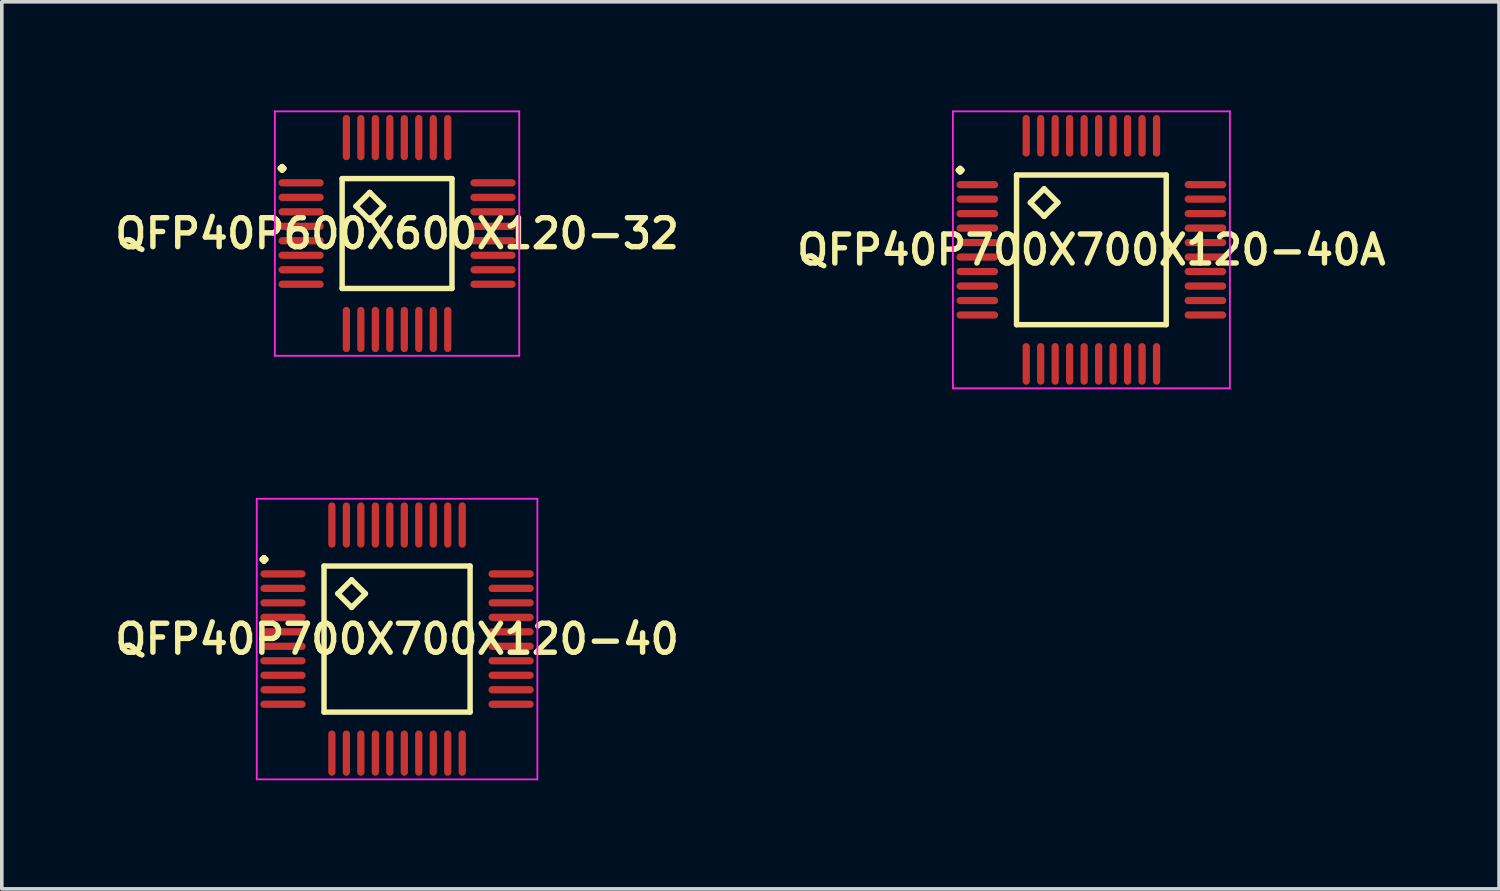
<source format=kicad_pcb>
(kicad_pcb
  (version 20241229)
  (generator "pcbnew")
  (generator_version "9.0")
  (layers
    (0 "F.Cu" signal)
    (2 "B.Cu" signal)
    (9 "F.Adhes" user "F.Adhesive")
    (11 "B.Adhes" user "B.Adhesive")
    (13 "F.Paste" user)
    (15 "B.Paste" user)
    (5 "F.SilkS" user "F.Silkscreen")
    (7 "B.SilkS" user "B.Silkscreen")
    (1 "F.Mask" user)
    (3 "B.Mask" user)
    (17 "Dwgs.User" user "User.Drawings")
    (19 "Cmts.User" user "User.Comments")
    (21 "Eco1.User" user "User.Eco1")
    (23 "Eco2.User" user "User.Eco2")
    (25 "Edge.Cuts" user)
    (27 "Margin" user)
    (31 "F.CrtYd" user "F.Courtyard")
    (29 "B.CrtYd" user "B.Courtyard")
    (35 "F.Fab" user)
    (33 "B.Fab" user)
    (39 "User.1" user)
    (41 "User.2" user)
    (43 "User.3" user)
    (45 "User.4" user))
  (footprint "QFP40P700X700X120-40A"
    (layer "F.Cu")
    (at 27.092 3.85)
    (property "Reference" "QFP40P700X700X120-40A" (at 0 0 0) (layer "F.SilkS") (effects (font (size 0.8 0.8) (thickness 0.15))))
    (attr smd)
    (fp_line (start -3.675 -2.2) (end -3.625 -2.25) (stroke (width 0.15) (type solid)) (layer "F.SilkS"))
    (fp_line (start -3.625 -2.25) (end -3.575 -2.2) (stroke (width 0.15) (type solid)) (layer "F.SilkS"))
    (fp_line (start -3.625 -2.15) (end -3.675 -2.2) (stroke (width 0.15) (type solid)) (layer "F.SilkS"))
    (fp_line (start -3.575 -2.2) (end -3.625 -2.15) (stroke (width 0.15) (type solid)) (layer "F.SilkS"))
    (fp_line (start -2.067 -2.067) (end -2.067 2.067) (stroke (width 0.15) (type solid)) (layer "F.SilkS"))
    (fp_line (start -2.067 2.067) (end 2.067 2.067) (stroke (width 0.15) (type solid)) (layer "F.SilkS"))
    (fp_line (start -1.686 -1.305) (end -1.305 -1.686) (stroke (width 0.15) (type solid)) (layer "F.SilkS"))
    (fp_line (start -1.305 -1.686) (end -0.924 -1.305) (stroke (width 0.15) (type solid)) (layer "F.SilkS"))
    (fp_line (start -1.305 -0.924) (end -1.686 -1.305) (stroke (width 0.15) (type solid)) (layer "F.SilkS"))
    (fp_line (start -0.924 -1.305) (end -1.305 -0.924) (stroke (width 0.15) (type solid)) (layer "F.SilkS"))
    (fp_line (start 2.067 -2.067) (end -2.067 -2.067) (stroke (width 0.15) (type solid)) (layer "F.SilkS"))
    (fp_line (start 2.067 2.067) (end 2.067 -2.067) (stroke (width 0.15) (type solid)) (layer "F.SilkS"))
    (fp_line (start -3.825 -3.825) (end 3.825 -3.825) (stroke (width 0.05) (type solid)) (layer "F.CrtYd"))
    (fp_line (start -3.825 3.825) (end -3.825 -3.825) (stroke (width 0.05) (type solid)) (layer "F.CrtYd"))
    (fp_line (start 3.825 -3.825) (end 3.825 3.825) (stroke (width 0.05) (type solid)) (layer "F.CrtYd"))
    (fp_line (start 3.825 3.825) (end -3.825 3.825) (stroke (width 0.05) (type solid)) (layer "F.CrtYd"))
    (pad "1" smd oval (at -3.15 -1.8) (size 1.15 0.2) (layers "F.Cu" "F.Mask" "F.Paste"))
    (pad "2" smd oval (at -3.15 -1.4) (size 1.15 0.2) (layers "F.Cu" "F.Mask" "F.Paste"))
    (pad "3" smd oval (at -3.15 -1) (size 1.15 0.2) (layers "F.Cu" "F.Mask" "F.Paste"))
    (pad "4" smd oval (at -3.15 -0.6) (size 1.15 0.2) (layers "F.Cu" "F.Mask" "F.Paste"))
    (pad "5" smd oval (at -3.15 -0.2) (size 1.15 0.2) (layers "F.Cu" "F.Mask" "F.Paste"))
    (pad "6" smd oval (at -3.15 0.2) (size 1.15 0.2) (layers "F.Cu" "F.Mask" "F.Paste"))
    (pad "7" smd oval (at -3.15 0.6) (size 1.15 0.2) (layers "F.Cu" "F.Mask" "F.Paste"))
    (pad "8" smd oval (at -3.15 1) (size 1.15 0.2) (layers "F.Cu" "F.Mask" "F.Paste"))
    (pad "9" smd oval (at -3.15 1.4) (size 1.15 0.2) (layers "F.Cu" "F.Mask" "F.Paste"))
    (pad "10" smd oval (at -3.15 1.8) (size 1.15 0.2) (layers "F.Cu" "F.Mask" "F.Paste"))
    (pad "11" smd oval (at -1.8 3.15) (size 0.2 1.15) (layers "F.Cu" "F.Mask" "F.Paste"))
    (pad "12" smd oval (at -1.4 3.15) (size 0.2 1.15) (layers "F.Cu" "F.Mask" "F.Paste"))
    (pad "13" smd oval (at -1 3.15) (size 0.2 1.15) (layers "F.Cu" "F.Mask" "F.Paste"))
    (pad "14" smd oval (at -0.6 3.15) (size 0.2 1.15) (layers "F.Cu" "F.Mask" "F.Paste"))
    (pad "15" smd oval (at -0.2 3.15) (size 0.2 1.15) (layers "F.Cu" "F.Mask" "F.Paste"))
    (pad "16" smd oval (at 0.2 3.15) (size 0.2 1.15) (layers "F.Cu" "F.Mask" "F.Paste"))
    (pad "17" smd oval (at 0.6 3.15) (size 0.2 1.15) (layers "F.Cu" "F.Mask" "F.Paste"))
    (pad "18" smd oval (at 1 3.15) (size 0.2 1.15) (layers "F.Cu" "F.Mask" "F.Paste"))
    (pad "19" smd oval (at 1.4 3.15) (size 0.2 1.15) (layers "F.Cu" "F.Mask" "F.Paste"))
    (pad "20" smd oval (at 1.8 3.15) (size 0.2 1.15) (layers "F.Cu" "F.Mask" "F.Paste"))
    (pad "21" smd oval (at 3.15 1.8) (size 1.15 0.2) (layers "F.Cu" "F.Mask" "F.Paste"))
    (pad "22" smd oval (at 3.15 1.4) (size 1.15 0.2) (layers "F.Cu" "F.Mask" "F.Paste"))
    (pad "23" smd oval (at 3.15 1) (size 1.15 0.2) (layers "F.Cu" "F.Mask" "F.Paste"))
    (pad "24" smd oval (at 3.15 0.6) (size 1.15 0.2) (layers "F.Cu" "F.Mask" "F.Paste"))
    (pad "25" smd oval (at 3.15 0.2) (size 1.15 0.2) (layers "F.Cu" "F.Mask" "F.Paste"))
    (pad "26" smd oval (at 3.15 -0.2) (size 1.15 0.2) (layers "F.Cu" "F.Mask" "F.Paste"))
    (pad "27" smd oval (at 3.15 -0.6) (size 1.15 0.2) (layers "F.Cu" "F.Mask" "F.Paste"))
    (pad "28" smd oval (at 3.15 -1) (size 1.15 0.2) (layers "F.Cu" "F.Mask" "F.Paste"))
    (pad "29" smd oval (at 3.15 -1.4) (size 1.15 0.2) (layers "F.Cu" "F.Mask" "F.Paste"))
    (pad "30" smd oval (at 3.15 -1.8) (size 1.15 0.2) (layers "F.Cu" "F.Mask" "F.Paste"))
    (pad "31" smd oval (at 1.8 -3.15) (size 0.2 1.15) (layers "F.Cu" "F.Mask" "F.Paste"))
    (pad "32" smd oval (at 1.4 -3.15) (size 0.2 1.15) (layers "F.Cu" "F.Mask" "F.Paste"))
    (pad "33" smd oval (at 1 -3.15) (size 0.2 1.15) (layers "F.Cu" "F.Mask" "F.Paste"))
    (pad "34" smd oval (at 0.6 -3.15) (size 0.2 1.15) (layers "F.Cu" "F.Mask" "F.Paste"))
    (pad "35" smd oval (at 0.2 -3.15) (size 0.2 1.15) (layers "F.Cu" "F.Mask" "F.Paste"))
    (pad "36" smd oval (at -0.2 -3.15) (size 0.2 1.15) (layers "F.Cu" "F.Mask" "F.Paste"))
    (pad "37" smd oval (at -0.6 -3.15) (size 0.2 1.15) (layers "F.Cu" "F.Mask" "F.Paste"))
    (pad "38" smd oval (at -1 -3.15) (size 0.2 1.15) (layers "F.Cu" "F.Mask" "F.Paste"))
    (pad "39" smd oval (at -1.4 -3.15) (size 0.2 1.15) (layers "F.Cu" "F.Mask" "F.Paste"))
    (pad "40" smd oval (at -1.8 -3.15) (size 0.2 1.15) (layers "F.Cu" "F.Mask" "F.Paste")))
  (footprint "QFP40P700X700X120-40"
    (layer "F.Cu")
    (at 7.916 14.6)
    (property "Reference" "QFP40P700X700X120-40" (at 0 0 0) (layer "F.SilkS") (effects (font (size 0.8 0.8) (thickness 0.15))))
    (attr smd)
    (fp_line (start -3.725 -2.2) (end -3.675 -2.25) (stroke (width 0.15) (type solid)) (layer "F.SilkS"))
    (fp_line (start -3.675 -2.25) (end -3.625 -2.2) (stroke (width 0.15) (type solid)) (layer "F.SilkS"))
    (fp_line (start -3.675 -2.15) (end -3.725 -2.2) (stroke (width 0.15) (type solid)) (layer "F.SilkS"))
    (fp_line (start -3.625 -2.2) (end -3.675 -2.15) (stroke (width 0.15) (type solid)) (layer "F.SilkS"))
    (fp_line (start -2.017 -2.017) (end -2.017 2.017) (stroke (width 0.15) (type solid)) (layer "F.SilkS"))
    (fp_line (start -2.017 2.017) (end 2.017 2.017) (stroke (width 0.15) (type solid)) (layer "F.SilkS"))
    (fp_line (start -1.636 -1.255) (end -1.255 -1.636) (stroke (width 0.15) (type solid)) (layer "F.SilkS"))
    (fp_line (start -1.255 -1.636) (end -0.874 -1.255) (stroke (width 0.15) (type solid)) (layer "F.SilkS"))
    (fp_line (start -1.255 -0.874) (end -1.636 -1.255) (stroke (width 0.15) (type solid)) (layer "F.SilkS"))
    (fp_line (start -0.874 -1.255) (end -1.255 -0.874) (stroke (width 0.15) (type solid)) (layer "F.SilkS"))
    (fp_line (start 2.017 -2.017) (end -2.017 -2.017) (stroke (width 0.15) (type solid)) (layer "F.SilkS"))
    (fp_line (start 2.017 2.017) (end 2.017 -2.017) (stroke (width 0.15) (type solid)) (layer "F.SilkS"))
    (fp_line (start -3.875 -3.875) (end 3.875 -3.875) (stroke (width 0.05) (type solid)) (layer "F.CrtYd"))
    (fp_line (start -3.875 3.875) (end -3.875 -3.875) (stroke (width 0.05) (type solid)) (layer "F.CrtYd"))
    (fp_line (start 3.875 -3.875) (end 3.875 3.875) (stroke (width 0.05) (type solid)) (layer "F.CrtYd"))
    (fp_line (start 3.875 3.875) (end -3.875 3.875) (stroke (width 0.05) (type solid)) (layer "F.CrtYd"))
    (pad "1" smd oval (at -3.15 -1.8) (size 1.25 0.2) (layers "F.Cu" "F.Mask" "F.Paste"))
    (pad "2" smd oval (at -3.15 -1.4) (size 1.25 0.2) (layers "F.Cu" "F.Mask" "F.Paste"))
    (pad "3" smd oval (at -3.15 -1) (size 1.25 0.2) (layers "F.Cu" "F.Mask" "F.Paste"))
    (pad "4" smd oval (at -3.15 -0.6) (size 1.25 0.2) (layers "F.Cu" "F.Mask" "F.Paste"))
    (pad "5" smd oval (at -3.15 -0.2) (size 1.25 0.2) (layers "F.Cu" "F.Mask" "F.Paste"))
    (pad "6" smd oval (at -3.15 0.2) (size 1.25 0.2) (layers "F.Cu" "F.Mask" "F.Paste"))
    (pad "7" smd oval (at -3.15 0.6) (size 1.25 0.2) (layers "F.Cu" "F.Mask" "F.Paste"))
    (pad "8" smd oval (at -3.15 1) (size 1.25 0.2) (layers "F.Cu" "F.Mask" "F.Paste"))
    (pad "9" smd oval (at -3.15 1.4) (size 1.25 0.2) (layers "F.Cu" "F.Mask" "F.Paste"))
    (pad "10" smd oval (at -3.15 1.8) (size 1.25 0.2) (layers "F.Cu" "F.Mask" "F.Paste"))
    (pad "11" smd oval (at -1.8 3.15) (size 0.2 1.25) (layers "F.Cu" "F.Mask" "F.Paste"))
    (pad "12" smd oval (at -1.4 3.15) (size 0.2 1.25) (layers "F.Cu" "F.Mask" "F.Paste"))
    (pad "13" smd oval (at -1 3.15) (size 0.2 1.25) (layers "F.Cu" "F.Mask" "F.Paste"))
    (pad "14" smd oval (at -0.6 3.15) (size 0.2 1.25) (layers "F.Cu" "F.Mask" "F.Paste"))
    (pad "15" smd oval (at -0.2 3.15) (size 0.2 1.25) (layers "F.Cu" "F.Mask" "F.Paste"))
    (pad "16" smd oval (at 0.2 3.15) (size 0.2 1.25) (layers "F.Cu" "F.Mask" "F.Paste"))
    (pad "17" smd oval (at 0.6 3.15) (size 0.2 1.25) (layers "F.Cu" "F.Mask" "F.Paste"))
    (pad "18" smd oval (at 1 3.15) (size 0.2 1.25) (layers "F.Cu" "F.Mask" "F.Paste"))
    (pad "19" smd oval (at 1.4 3.15) (size 0.2 1.25) (layers "F.Cu" "F.Mask" "F.Paste"))
    (pad "20" smd oval (at 1.8 3.15) (size 0.2 1.25) (layers "F.Cu" "F.Mask" "F.Paste"))
    (pad "21" smd oval (at 3.15 1.8) (size 1.25 0.2) (layers "F.Cu" "F.Mask" "F.Paste"))
    (pad "22" smd oval (at 3.15 1.4) (size 1.25 0.2) (layers "F.Cu" "F.Mask" "F.Paste"))
    (pad "23" smd oval (at 3.15 1) (size 1.25 0.2) (layers "F.Cu" "F.Mask" "F.Paste"))
    (pad "24" smd oval (at 3.15 0.6) (size 1.25 0.2) (layers "F.Cu" "F.Mask" "F.Paste"))
    (pad "25" smd oval (at 3.15 0.2) (size 1.25 0.2) (layers "F.Cu" "F.Mask" "F.Paste"))
    (pad "26" smd oval (at 3.15 -0.2) (size 1.25 0.2) (layers "F.Cu" "F.Mask" "F.Paste"))
    (pad "27" smd oval (at 3.15 -0.6) (size 1.25 0.2) (layers "F.Cu" "F.Mask" "F.Paste"))
    (pad "28" smd oval (at 3.15 -1) (size 1.25 0.2) (layers "F.Cu" "F.Mask" "F.Paste"))
    (pad "29" smd oval (at 3.15 -1.4) (size 1.25 0.2) (layers "F.Cu" "F.Mask" "F.Paste"))
    (pad "30" smd oval (at 3.15 -1.8) (size 1.25 0.2) (layers "F.Cu" "F.Mask" "F.Paste"))
    (pad "31" smd oval (at 1.8 -3.15) (size 0.2 1.25) (layers "F.Cu" "F.Mask" "F.Paste"))
    (pad "32" smd oval (at 1.4 -3.15) (size 0.2 1.25) (layers "F.Cu" "F.Mask" "F.Paste"))
    (pad "33" smd oval (at 1 -3.15) (size 0.2 1.25) (layers "F.Cu" "F.Mask" "F.Paste"))
    (pad "34" smd oval (at 0.6 -3.15) (size 0.2 1.25) (layers "F.Cu" "F.Mask" "F.Paste"))
    (pad "35" smd oval (at 0.2 -3.15) (size 0.2 1.25) (layers "F.Cu" "F.Mask" "F.Paste"))
    (pad "36" smd oval (at -0.2 -3.15) (size 0.2 1.25) (layers "F.Cu" "F.Mask" "F.Paste"))
    (pad "37" smd oval (at -0.6 -3.15) (size 0.2 1.25) (layers "F.Cu" "F.Mask" "F.Paste"))
    (pad "38" smd oval (at -1 -3.15) (size 0.2 1.25) (layers "F.Cu" "F.Mask" "F.Paste"))
    (pad "39" smd oval (at -1.4 -3.15) (size 0.2 1.25) (layers "F.Cu" "F.Mask" "F.Paste"))
    (pad "40" smd oval (at -1.8 -3.15) (size 0.2 1.25) (layers "F.Cu" "F.Mask" "F.Paste")))
  (footprint "QFP40P600X600X120-32"
    (layer "F.Cu")
    (at 7.916 3.4)
    (property "Reference" "QFP40P600X600X120-32" (at 0 0 0) (layer "F.SilkS") (effects (font (size 0.8 0.8) (thickness 0.15))))
    (attr smd)
    (fp_line (start -3.225 -1.8) (end -3.175 -1.85) (stroke (width 0.15) (type solid)) (layer "F.SilkS"))
    (fp_line (start -3.175 -1.85) (end -3.125 -1.8) (stroke (width 0.15) (type solid)) (layer "F.SilkS"))
    (fp_line (start -3.175 -1.75) (end -3.225 -1.8) (stroke (width 0.15) (type solid)) (layer "F.SilkS"))
    (fp_line (start -3.125 -1.8) (end -3.175 -1.75) (stroke (width 0.15) (type solid)) (layer "F.SilkS"))
    (fp_line (start -1.517 -1.517) (end -1.517 1.517) (stroke (width 0.15) (type solid)) (layer "F.SilkS"))
    (fp_line (start -1.517 1.517) (end 1.517 1.517) (stroke (width 0.15) (type solid)) (layer "F.SilkS"))
    (fp_line (start -1.136 -0.755) (end -0.755 -1.136) (stroke (width 0.15) (type solid)) (layer "F.SilkS"))
    (fp_line (start -0.755 -1.136) (end -0.374 -0.755) (stroke (width 0.15) (type solid)) (layer "F.SilkS"))
    (fp_line (start -0.755 -0.374) (end -1.136 -0.755) (stroke (width 0.15) (type solid)) (layer "F.SilkS"))
    (fp_line (start -0.374 -0.755) (end -0.755 -0.374) (stroke (width 0.15) (type solid)) (layer "F.SilkS"))
    (fp_line (start 1.517 -1.517) (end -1.517 -1.517) (stroke (width 0.15) (type solid)) (layer "F.SilkS"))
    (fp_line (start 1.517 1.517) (end 1.517 -1.517) (stroke (width 0.15) (type solid)) (layer "F.SilkS"))
    (fp_line (start -3.375 -3.375) (end 3.375 -3.375) (stroke (width 0.05) (type solid)) (layer "F.CrtYd"))
    (fp_line (start -3.375 3.375) (end -3.375 -3.375) (stroke (width 0.05) (type solid)) (layer "F.CrtYd"))
    (fp_line (start 3.375 -3.375) (end 3.375 3.375) (stroke (width 0.05) (type solid)) (layer "F.CrtYd"))
    (fp_line (start 3.375 3.375) (end -3.375 3.375) (stroke (width 0.05) (type solid)) (layer "F.CrtYd"))
    (pad "1" smd oval (at -2.65 -1.4) (size 1.25 0.2) (layers "F.Cu" "F.Mask" "F.Paste"))
    (pad "2" smd oval (at -2.65 -1) (size 1.25 0.2) (layers "F.Cu" "F.Mask" "F.Paste"))
    (pad "3" smd oval (at -2.65 -0.6) (size 1.25 0.2) (layers "F.Cu" "F.Mask" "F.Paste"))
    (pad "4" smd oval (at -2.65 -0.2) (size 1.25 0.2) (layers "F.Cu" "F.Mask" "F.Paste"))
    (pad "5" smd oval (at -2.65 0.2) (size 1.25 0.2) (layers "F.Cu" "F.Mask" "F.Paste"))
    (pad "6" smd oval (at -2.65 0.6) (size 1.25 0.2) (layers "F.Cu" "F.Mask" "F.Paste"))
    (pad "7" smd oval (at -2.65 1) (size 1.25 0.2) (layers "F.Cu" "F.Mask" "F.Paste"))
    (pad "8" smd oval (at -2.65 1.4) (size 1.25 0.2) (layers "F.Cu" "F.Mask" "F.Paste"))
    (pad "9" smd oval (at -1.4 2.65) (size 0.2 1.25) (layers "F.Cu" "F.Mask" "F.Paste"))
    (pad "10" smd oval (at -1 2.65) (size 0.2 1.25) (layers "F.Cu" "F.Mask" "F.Paste"))
    (pad "11" smd oval (at -0.6 2.65) (size 0.2 1.25) (layers "F.Cu" "F.Mask" "F.Paste"))
    (pad "12" smd oval (at -0.2 2.65) (size 0.2 1.25) (layers "F.Cu" "F.Mask" "F.Paste"))
    (pad "13" smd oval (at 0.2 2.65) (size 0.2 1.25) (layers "F.Cu" "F.Mask" "F.Paste"))
    (pad "14" smd oval (at 0.6 2.65) (size 0.2 1.25) (layers "F.Cu" "F.Mask" "F.Paste"))
    (pad "15" smd oval (at 1 2.65) (size 0.2 1.25) (layers "F.Cu" "F.Mask" "F.Paste"))
    (pad "16" smd oval (at 1.4 2.65) (size 0.2 1.25) (layers "F.Cu" "F.Mask" "F.Paste"))
    (pad "17" smd oval (at 2.65 1.4) (size 1.25 0.2) (layers "F.Cu" "F.Mask" "F.Paste"))
    (pad "18" smd oval (at 2.65 1) (size 1.25 0.2) (layers "F.Cu" "F.Mask" "F.Paste"))
    (pad "19" smd oval (at 2.65 0.6) (size 1.25 0.2) (layers "F.Cu" "F.Mask" "F.Paste"))
    (pad "20" smd oval (at 2.65 0.2) (size 1.25 0.2) (layers "F.Cu" "F.Mask" "F.Paste"))
    (pad "21" smd oval (at 2.65 -0.2) (size 1.25 0.2) (layers "F.Cu" "F.Mask" "F.Paste"))
    (pad "22" smd oval (at 2.65 -0.6) (size 1.25 0.2) (layers "F.Cu" "F.Mask" "F.Paste"))
    (pad "23" smd oval (at 2.65 -1) (size 1.25 0.2) (layers "F.Cu" "F.Mask" "F.Paste"))
    (pad "24" smd oval (at 2.65 -1.4) (size 1.25 0.2) (layers "F.Cu" "F.Mask" "F.Paste"))
    (pad "25" smd oval (at 1.4 -2.65) (size 0.2 1.25) (layers "F.Cu" "F.Mask" "F.Paste"))
    (pad "26" smd oval (at 1 -2.65) (size 0.2 1.25) (layers "F.Cu" "F.Mask" "F.Paste"))
    (pad "27" smd oval (at 0.6 -2.65) (size 0.2 1.25) (layers "F.Cu" "F.Mask" "F.Paste"))
    (pad "28" smd oval (at 0.2 -2.65) (size 0.2 1.25) (layers "F.Cu" "F.Mask" "F.Paste"))
    (pad "29" smd oval (at -0.2 -2.65) (size 0.2 1.25) (layers "F.Cu" "F.Mask" "F.Paste"))
    (pad "30" smd oval (at -0.6 -2.65) (size 0.2 1.25) (layers "F.Cu" "F.Mask" "F.Paste"))
    (pad "31" smd oval (at -1 -2.65) (size 0.2 1.25) (layers "F.Cu" "F.Mask" "F.Paste"))
    (pad "32" smd oval (at -1.4 -2.65) (size 0.2 1.25) (layers "F.Cu" "F.Mask" "F.Paste")))
  (gr_rect
    (start -3 -3)
    (end 38.351 21.5)
    (stroke (width 0.1) (type default))
    (fill no)
    (layer "Edge.Cuts")))
</source>
